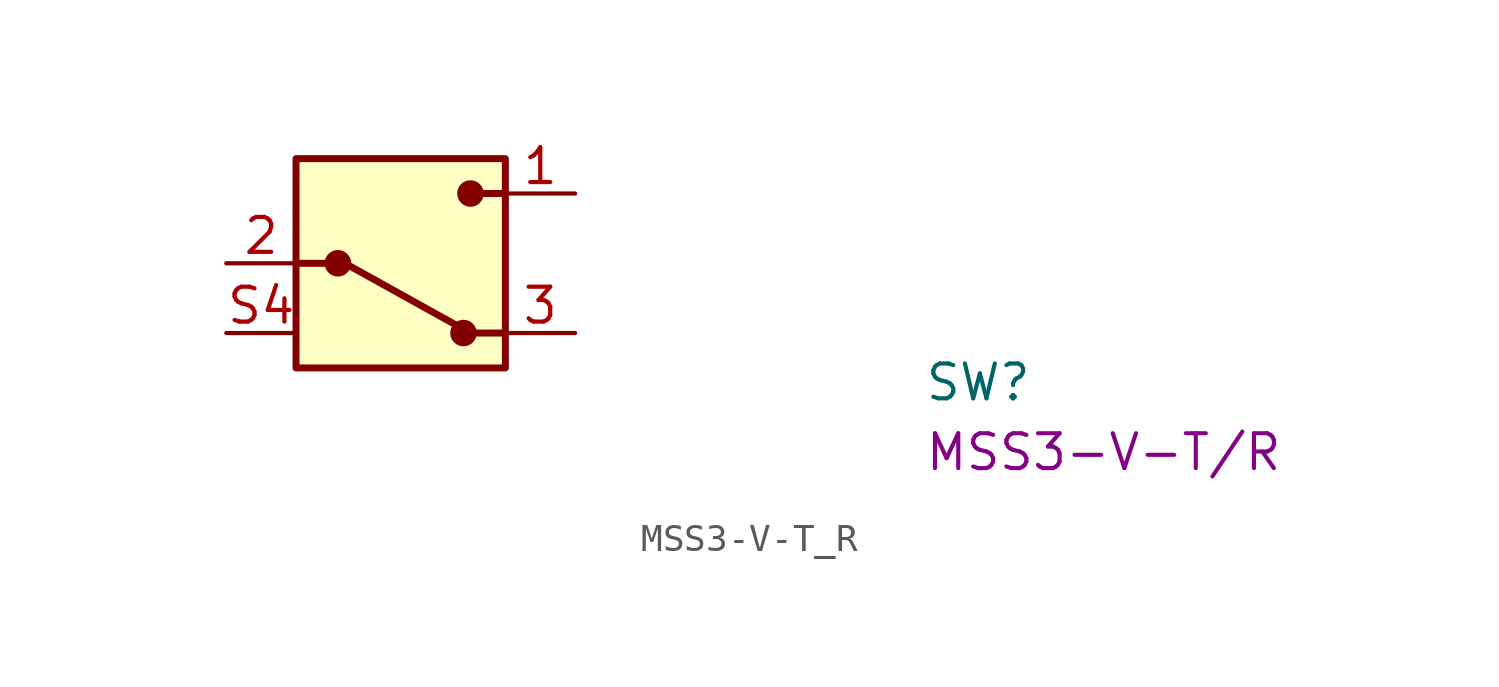
<source format=kicad_sym>
(kicad_symbol_lib
  (version 20220914)
  (generator kicad_symbol_editor)
  (symbol "MSS3-V-T_R"
    (pin_names hide)
    (property "Reference" "SW"
      (at 25.4 -5.08 0)
      (effects (font (size 1.27 1.27) (thickness 0.15)) (justify left bottom)))
    (property "MPN" "MSS3-V-T/R"
      (at 25.4 -7.62 0)
      (effects (font (size 1.27 1.27) (thickness 0.15)) (justify left bottom)))
    (symbol "MSS3-V-T_R_1_1"
      (polyline (pts (xy 3.81 0) (xy 2.54 0)) (stroke (width 0.254) (type default)) (fill (type none)))
      (polyline (pts (xy 4.318 0) (xy 8.89 -2.54)) (stroke (width 0.254) (type default)) (fill (type none)))
      (polyline (pts (xy 10.16 -2.54) (xy 8.89 -2.54)) (stroke (width 0.254) (type default)) (fill (type none)))
      (polyline (pts (xy 10.16 2.54) (xy 8.89 2.54)) (stroke (width 0.254) (type default)) (fill (type none)))
      (rectangle (start 2.54 3.81) (end 10.16 -3.81) (stroke (width 0.254) (type default)) (fill (type background)))
      (circle (center 4.064 0) (radius 0.356) (stroke (width 0.254) (type default)) (fill (type outline)))
      (circle (center 8.636 -2.54) (radius 0.356) (stroke (width 0.254) (type default)) (fill (type outline)))
      (circle (center 8.89 2.54) (radius 0.356) (stroke (width 0.254) (type default)) (fill (type outline)))
      (pin passive line (at 12.7 2.54 180) (length 2.54) (name "~" (effects (font (size 1.27 1.27)))) (number "1" (effects (font (size 1.27 1.27)))))
      (pin passive line (at 0 0 0) (length 2.54) (name "~" (effects (font (size 1.27 1.27)))) (number "2" (effects (font (size 1.27 1.27)))))
      (pin passive line (at 12.7 -2.54 180) (length 2.54) (name "~" (effects (font (size 1.27 1.27)))) (number "3" (effects (font (size 1.27 1.27)))))
      (pin passive line (at 0 -2.54 0) (length 2.54) hide (name "SH" (effects (font (size 1.27 1.27)))) (number "S1" (effects (font (size 1.27 1.27)))))
      (pin passive line (at 0 -2.54 0) (length 2.54) hide (name "SH" (effects (font (size 1.27 1.27)))) (number "S2" (effects (font (size 1.27 1.27)))))
      (pin passive line (at 0 -2.54 0) (length 2.54) hide (name "SH" (effects (font (size 1.27 1.27)))) (number "S3" (effects (font (size 1.27 1.27)))))
      (pin passive line (at 0 -2.54 0) (length 2.54) (name "SH" (effects (font (size 1.27 1.27)))) (number "S4" (effects (font (size 1.27 1.27))))))))
</source>
